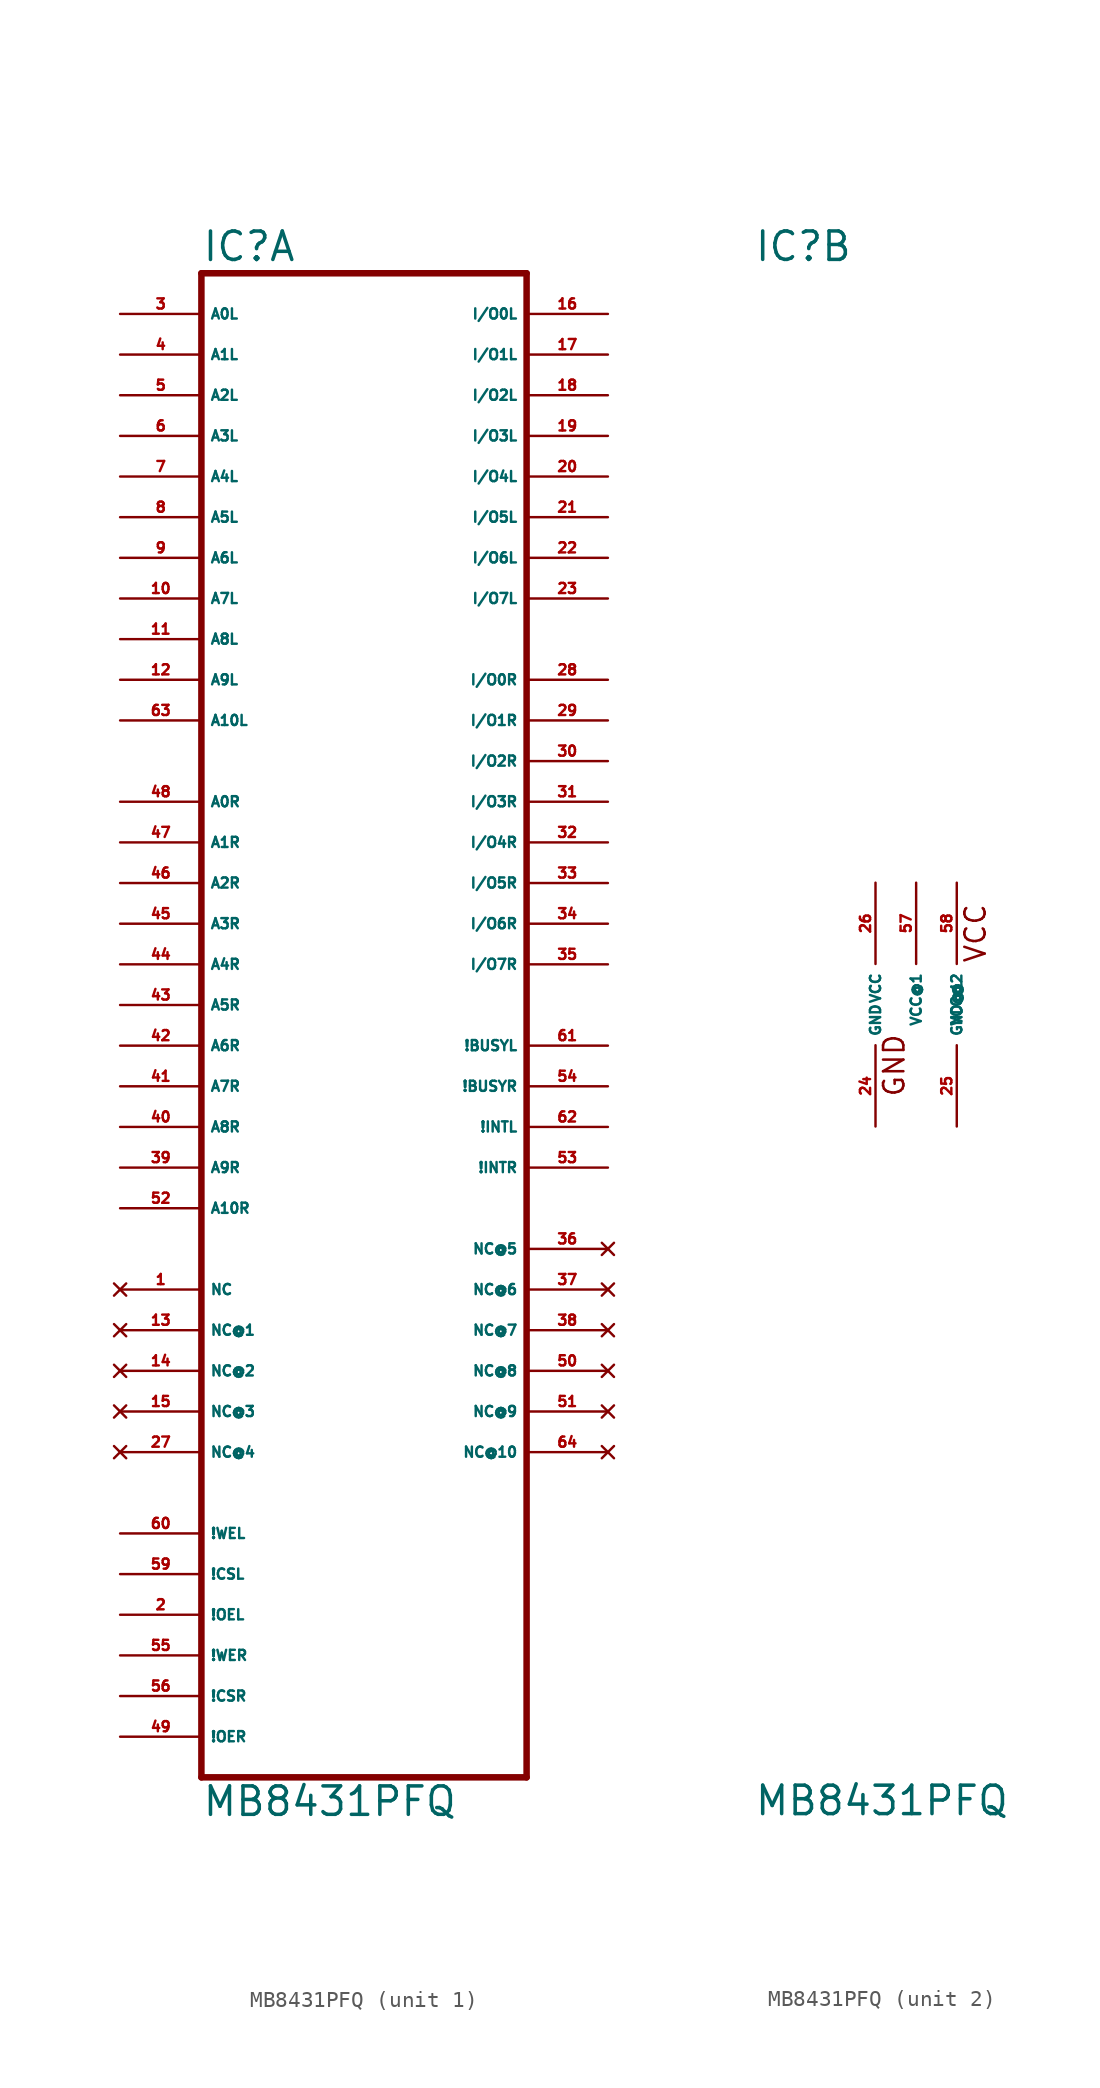
<source format=kicad_sym>
(kicad_symbol_lib
  (version 20220914)
  (generator Eagle2Kicad)
  (symbol "MB8431PFQ"
    (property "Reference" "IC"
      (at -10.16 46.355 0)
      (effects (font (size 1.778 1.778) (thickness 0.22)) (justify left bottom)))
    (property "Value" "MB8431PFQ"
      (at -10.16 -50.8 0)
      (effects (font (size 1.778 1.778) (thickness 0.22)) (justify left bottom)))
    (symbol "MB8431PFQ_1_0"
      (polyline (pts (xy -10.16 -48.26) (xy 10.16 -48.26)) (stroke (width 0.406) (type default)) (fill (type none)))
      (polyline (pts (xy 10.16 -48.26) (xy 10.16 45.72)) (stroke (width 0.406) (type default)) (fill (type none)))
      (polyline (pts (xy 10.16 45.72) (xy -10.16 45.72)) (stroke (width 0.406) (type default)) (fill (type none)))
      (polyline (pts (xy -10.16 45.72) (xy -10.16 -48.26)) (stroke (width 0.406) (type default)) (fill (type none)))
      (pin input line (at -15.24 43.18 0) (length 5.08) (name "A0L" (effects (font (size 0.635 0.635) (thickness 0.08)) (justify left bottom))) (number "3" (effects (font (size 0.635 0.635) (thickness 0.08)) (justify left bottom))))
      (pin input line (at -15.24 40.64 0) (length 5.08) (name "A1L" (effects (font (size 0.635 0.635) (thickness 0.08)) (justify left bottom))) (number "4" (effects (font (size 0.635 0.635) (thickness 0.08)) (justify left bottom))))
      (pin input line (at -15.24 38.1 0) (length 5.08) (name "A2L" (effects (font (size 0.635 0.635) (thickness 0.08)) (justify left bottom))) (number "5" (effects (font (size 0.635 0.635) (thickness 0.08)) (justify left bottom))))
      (pin input line (at -15.24 35.56 0) (length 5.08) (name "A3L" (effects (font (size 0.635 0.635) (thickness 0.08)) (justify left bottom))) (number "6" (effects (font (size 0.635 0.635) (thickness 0.08)) (justify left bottom))))
      (pin input line (at -15.24 33.02 0) (length 5.08) (name "A4L" (effects (font (size 0.635 0.635) (thickness 0.08)) (justify left bottom))) (number "7" (effects (font (size 0.635 0.635) (thickness 0.08)) (justify left bottom))))
      (pin input line (at -15.24 30.48 0) (length 5.08) (name "A5L" (effects (font (size 0.635 0.635) (thickness 0.08)) (justify left bottom))) (number "8" (effects (font (size 0.635 0.635) (thickness 0.08)) (justify left bottom))))
      (pin input line (at -15.24 27.94 0) (length 5.08) (name "A6L" (effects (font (size 0.635 0.635) (thickness 0.08)) (justify left bottom))) (number "9" (effects (font (size 0.635 0.635) (thickness 0.08)) (justify left bottom))))
      (pin input line (at -15.24 25.4 0) (length 5.08) (name "A7L" (effects (font (size 0.635 0.635) (thickness 0.08)) (justify left bottom))) (number "10" (effects (font (size 0.635 0.635) (thickness 0.08)) (justify left bottom))))
      (pin input line (at -15.24 22.86 0) (length 5.08) (name "A8L" (effects (font (size 0.635 0.635) (thickness 0.08)) (justify left bottom))) (number "11" (effects (font (size 0.635 0.635) (thickness 0.08)) (justify left bottom))))
      (pin input line (at -15.24 20.32 0) (length 5.08) (name "A9L" (effects (font (size 0.635 0.635) (thickness 0.08)) (justify left bottom))) (number "12" (effects (font (size 0.635 0.635) (thickness 0.08)) (justify left bottom))))
      (pin input line (at -15.24 17.78 0) (length 5.08) (name "A10L" (effects (font (size 0.635 0.635) (thickness 0.08)) (justify left bottom))) (number "63" (effects (font (size 0.635 0.635) (thickness 0.08)) (justify left bottom))))
      (pin input line (at -15.24 12.7 0) (length 5.08) (name "A0R" (effects (font (size 0.635 0.635) (thickness 0.08)) (justify left bottom))) (number "48" (effects (font (size 0.635 0.635) (thickness 0.08)) (justify left bottom))))
      (pin input line (at -15.24 10.16 0) (length 5.08) (name "A1R" (effects (font (size 0.635 0.635) (thickness 0.08)) (justify left bottom))) (number "47" (effects (font (size 0.635 0.635) (thickness 0.08)) (justify left bottom))))
      (pin input line (at -15.24 7.62 0) (length 5.08) (name "A2R" (effects (font (size 0.635 0.635) (thickness 0.08)) (justify left bottom))) (number "46" (effects (font (size 0.635 0.635) (thickness 0.08)) (justify left bottom))))
      (pin input line (at -15.24 5.08 0) (length 5.08) (name "A3R" (effects (font (size 0.635 0.635) (thickness 0.08)) (justify left bottom))) (number "45" (effects (font (size 0.635 0.635) (thickness 0.08)) (justify left bottom))))
      (pin input line (at -15.24 2.54 0) (length 5.08) (name "A4R" (effects (font (size 0.635 0.635) (thickness 0.08)) (justify left bottom))) (number "44" (effects (font (size 0.635 0.635) (thickness 0.08)) (justify left bottom))))
      (pin input line (at -15.24 0 0) (length 5.08) (name "A5R" (effects (font (size 0.635 0.635) (thickness 0.08)) (justify left bottom))) (number "43" (effects (font (size 0.635 0.635) (thickness 0.08)) (justify left bottom))))
      (pin input line (at -15.24 -2.54 0) (length 5.08) (name "A6R" (effects (font (size 0.635 0.635) (thickness 0.08)) (justify left bottom))) (number "42" (effects (font (size 0.635 0.635) (thickness 0.08)) (justify left bottom))))
      (pin input line (at -15.24 -5.08 0) (length 5.08) (name "A7R" (effects (font (size 0.635 0.635) (thickness 0.08)) (justify left bottom))) (number "41" (effects (font (size 0.635 0.635) (thickness 0.08)) (justify left bottom))))
      (pin input line (at -15.24 -7.62 0) (length 5.08) (name "A8R" (effects (font (size 0.635 0.635) (thickness 0.08)) (justify left bottom))) (number "40" (effects (font (size 0.635 0.635) (thickness 0.08)) (justify left bottom))))
      (pin input line (at -15.24 -10.16 0) (length 5.08) (name "A9R" (effects (font (size 0.635 0.635) (thickness 0.08)) (justify left bottom))) (number "39" (effects (font (size 0.635 0.635) (thickness 0.08)) (justify left bottom))))
      (pin input line (at -15.24 -12.7 0) (length 5.08) (name "A10R" (effects (font (size 0.635 0.635) (thickness 0.08)) (justify left bottom))) (number "52" (effects (font (size 0.635 0.635) (thickness 0.08)) (justify left bottom))))
      (pin input line (at -15.24 -33.02 0) (length 5.08) (name "!WEL" (effects (font (size 0.635 0.635) (thickness 0.08)) (justify left bottom))) (number "60" (effects (font (size 0.635 0.635) (thickness 0.08)) (justify left bottom))))
      (pin input line (at -15.24 -35.56 0) (length 5.08) (name "!CSL" (effects (font (size 0.635 0.635) (thickness 0.08)) (justify left bottom))) (number "59" (effects (font (size 0.635 0.635) (thickness 0.08)) (justify left bottom))))
      (pin input line (at -15.24 -38.1 0) (length 5.08) (name "!OEL" (effects (font (size 0.635 0.635) (thickness 0.08)) (justify left bottom))) (number "2" (effects (font (size 0.635 0.635) (thickness 0.08)) (justify left bottom))))
      (pin input line (at -15.24 -40.64 0) (length 5.08) (name "!WER" (effects (font (size 0.635 0.635) (thickness 0.08)) (justify left bottom))) (number "55" (effects (font (size 0.635 0.635) (thickness 0.08)) (justify left bottom))))
      (pin input line (at -15.24 -43.18 0) (length 5.08) (name "!CSR" (effects (font (size 0.635 0.635) (thickness 0.08)) (justify left bottom))) (number "56" (effects (font (size 0.635 0.635) (thickness 0.08)) (justify left bottom))))
      (pin input line (at -15.24 -45.72 0) (length 5.08) (name "!OER" (effects (font (size 0.635 0.635) (thickness 0.08)) (justify left bottom))) (number "49" (effects (font (size 0.635 0.635) (thickness 0.08)) (justify left bottom))))
      (pin bidirectional line (at 15.24 43.18 180) (length 5.08) (name "I/O0L" (effects (font (size 0.635 0.635) (thickness 0.08)) (justify left bottom))) (number "16" (effects (font (size 0.635 0.635) (thickness 0.08)) (justify left bottom))))
      (pin bidirectional line (at 15.24 40.64 180) (length 5.08) (name "I/O1L" (effects (font (size 0.635 0.635) (thickness 0.08)) (justify left bottom))) (number "17" (effects (font (size 0.635 0.635) (thickness 0.08)) (justify left bottom))))
      (pin bidirectional line (at 15.24 38.1 180) (length 5.08) (name "I/O2L" (effects (font (size 0.635 0.635) (thickness 0.08)) (justify left bottom))) (number "18" (effects (font (size 0.635 0.635) (thickness 0.08)) (justify left bottom))))
      (pin bidirectional line (at 15.24 35.56 180) (length 5.08) (name "I/O3L" (effects (font (size 0.635 0.635) (thickness 0.08)) (justify left bottom))) (number "19" (effects (font (size 0.635 0.635) (thickness 0.08)) (justify left bottom))))
      (pin bidirectional line (at 15.24 33.02 180) (length 5.08) (name "I/O4L" (effects (font (size 0.635 0.635) (thickness 0.08)) (justify left bottom))) (number "20" (effects (font (size 0.635 0.635) (thickness 0.08)) (justify left bottom))))
      (pin bidirectional line (at 15.24 30.48 180) (length 5.08) (name "I/O5L" (effects (font (size 0.635 0.635) (thickness 0.08)) (justify left bottom))) (number "21" (effects (font (size 0.635 0.635) (thickness 0.08)) (justify left bottom))))
      (pin bidirectional line (at 15.24 27.94 180) (length 5.08) (name "I/O6L" (effects (font (size 0.635 0.635) (thickness 0.08)) (justify left bottom))) (number "22" (effects (font (size 0.635 0.635) (thickness 0.08)) (justify left bottom))))
      (pin bidirectional line (at 15.24 25.4 180) (length 5.08) (name "I/O7L" (effects (font (size 0.635 0.635) (thickness 0.08)) (justify left bottom))) (number "23" (effects (font (size 0.635 0.635) (thickness 0.08)) (justify left bottom))))
      (pin bidirectional line (at 15.24 20.32 180) (length 5.08) (name "I/O0R" (effects (font (size 0.635 0.635) (thickness 0.08)) (justify left bottom))) (number "28" (effects (font (size 0.635 0.635) (thickness 0.08)) (justify left bottom))))
      (pin bidirectional line (at 15.24 17.78 180) (length 5.08) (name "I/O1R" (effects (font (size 0.635 0.635) (thickness 0.08)) (justify left bottom))) (number "29" (effects (font (size 0.635 0.635) (thickness 0.08)) (justify left bottom))))
      (pin bidirectional line (at 15.24 15.24 180) (length 5.08) (name "I/O2R" (effects (font (size 0.635 0.635) (thickness 0.08)) (justify left bottom))) (number "30" (effects (font (size 0.635 0.635) (thickness 0.08)) (justify left bottom))))
      (pin bidirectional line (at 15.24 12.7 180) (length 5.08) (name "I/O3R" (effects (font (size 0.635 0.635) (thickness 0.08)) (justify left bottom))) (number "31" (effects (font (size 0.635 0.635) (thickness 0.08)) (justify left bottom))))
      (pin bidirectional line (at 15.24 10.16 180) (length 5.08) (name "I/O4R" (effects (font (size 0.635 0.635) (thickness 0.08)) (justify left bottom))) (number "32" (effects (font (size 0.635 0.635) (thickness 0.08)) (justify left bottom))))
      (pin bidirectional line (at 15.24 7.62 180) (length 5.08) (name "I/O5R" (effects (font (size 0.635 0.635) (thickness 0.08)) (justify left bottom))) (number "33" (effects (font (size 0.635 0.635) (thickness 0.08)) (justify left bottom))))
      (pin bidirectional line (at 15.24 5.08 180) (length 5.08) (name "I/O6R" (effects (font (size 0.635 0.635) (thickness 0.08)) (justify left bottom))) (number "34" (effects (font (size 0.635 0.635) (thickness 0.08)) (justify left bottom))))
      (pin bidirectional line (at 15.24 2.54 180) (length 5.08) (name "I/O7R" (effects (font (size 0.635 0.635) (thickness 0.08)) (justify left bottom))) (number "35" (effects (font (size 0.635 0.635) (thickness 0.08)) (justify left bottom))))
      (pin output line (at 15.24 -2.54 180) (length 5.08) (name "!BUSYL" (effects (font (size 0.635 0.635) (thickness 0.08)) (justify left bottom))) (number "61" (effects (font (size 0.635 0.635) (thickness 0.08)) (justify left bottom))))
      (pin output line (at 15.24 -5.08 180) (length 5.08) (name "!BUSYR" (effects (font (size 0.635 0.635) (thickness 0.08)) (justify left bottom))) (number "54" (effects (font (size 0.635 0.635) (thickness 0.08)) (justify left bottom))))
      (pin output line (at 15.24 -7.62 180) (length 5.08) (name "!INTL" (effects (font (size 0.635 0.635) (thickness 0.08)) (justify left bottom))) (number "62" (effects (font (size 0.635 0.635) (thickness 0.08)) (justify left bottom))))
      (pin output line (at 15.24 -10.16 180) (length 5.08) (name "!INTR" (effects (font (size 0.635 0.635) (thickness 0.08)) (justify left bottom))) (number "53" (effects (font (size 0.635 0.635) (thickness 0.08)) (justify left bottom))))
      (pin no_connect line (at -15.24 -17.78 0) (length 5.08) (name "NC" (effects (font (size 0.635 0.635) (thickness 0.08)) (justify left bottom) hide)) (number "1" (effects (font (size 0.635 0.635) (thickness 0.08)) (justify left bottom) hide)))
      (pin no_connect line (at -15.24 -20.32 0) (length 5.08) (name "NC@1" (effects (font (size 0.635 0.635) (thickness 0.08)) (justify left bottom) hide)) (number "13" (effects (font (size 0.635 0.635) (thickness 0.08)) (justify left bottom) hide)))
      (pin no_connect line (at -15.24 -22.86 0) (length 5.08) (name "NC@2" (effects (font (size 0.635 0.635) (thickness 0.08)) (justify left bottom) hide)) (number "14" (effects (font (size 0.635 0.635) (thickness 0.08)) (justify left bottom) hide)))
      (pin no_connect line (at -15.24 -25.4 0) (length 5.08) (name "NC@3" (effects (font (size 0.635 0.635) (thickness 0.08)) (justify left bottom) hide)) (number "15" (effects (font (size 0.635 0.635) (thickness 0.08)) (justify left bottom) hide)))
      (pin no_connect line (at 15.24 -15.24 180) (length 5.08) (name "NC@5" (effects (font (size 0.635 0.635) (thickness 0.08)) (justify left bottom) hide)) (number "36" (effects (font (size 0.635 0.635) (thickness 0.08)) (justify left bottom) hide)))
      (pin no_connect line (at 15.24 -17.78 180) (length 5.08) (name "NC@6" (effects (font (size 0.635 0.635) (thickness 0.08)) (justify left bottom) hide)) (number "37" (effects (font (size 0.635 0.635) (thickness 0.08)) (justify left bottom) hide)))
      (pin no_connect line (at 15.24 -20.32 180) (length 5.08) (name "NC@7" (effects (font (size 0.635 0.635) (thickness 0.08)) (justify left bottom) hide)) (number "38" (effects (font (size 0.635 0.635) (thickness 0.08)) (justify left bottom) hide)))
      (pin no_connect line (at 15.24 -22.86 180) (length 5.08) (name "NC@8" (effects (font (size 0.635 0.635) (thickness 0.08)) (justify left bottom) hide)) (number "50" (effects (font (size 0.635 0.635) (thickness 0.08)) (justify left bottom) hide)))
      (pin no_connect line (at 15.24 -25.4 180) (length 5.08) (name "NC@9" (effects (font (size 0.635 0.635) (thickness 0.08)) (justify left bottom) hide)) (number "51" (effects (font (size 0.635 0.635) (thickness 0.08)) (justify left bottom) hide)))
      (pin no_connect line (at 15.24 -27.94 180) (length 5.08) (name "NC@10" (effects (font (size 0.635 0.635) (thickness 0.08)) (justify left bottom) hide)) (number "64" (effects (font (size 0.635 0.635) (thickness 0.08)) (justify left bottom) hide)))
      (pin no_connect line (at -15.24 -27.94 0) (length 5.08) (name "NC@4" (effects (font (size 0.635 0.635) (thickness 0.08)) (justify left bottom) hide)) (number "27" (effects (font (size 0.635 0.635) (thickness 0.08)) (justify left bottom) hide))))
    (symbol "MB8431PFQ_2_0"
      (text "GND" (at -0.635 -5.842 900) (effects (font (size 1.27 1.27) (thickness 0.16)) (justify left bottom)))
      (text "VCC" (at 4.445 2.54 900) (effects (font (size 1.27 1.27) (thickness 0.16)) (justify left bottom)))
      (pin unspecified line (at -2.54 7.62 270) (length 5.08) (name "VCC" (effects (font (size 0.635 0.635) (thickness 0.08)) (justify left bottom))) (number "26" (effects (font (size 0.635 0.635) (thickness 0.08)) (justify left bottom))))
      (pin unspecified line (at 0 7.62 270) (length 5.08) (name "VCC@1" (effects (font (size 0.635 0.635) (thickness 0.08)) (justify left bottom))) (number "57" (effects (font (size 0.635 0.635) (thickness 0.08)) (justify left bottom))))
      (pin unspecified line (at -2.54 -7.62 90) (length 5.08) (name "GND" (effects (font (size 0.635 0.635) (thickness 0.08)) (justify left bottom))) (number "24" (effects (font (size 0.635 0.635) (thickness 0.08)) (justify left bottom))))
      (pin unspecified line (at 2.54 -7.62 90) (length 5.08) (name "GND@1" (effects (font (size 0.635 0.635) (thickness 0.08)) (justify left bottom))) (number "25" (effects (font (size 0.635 0.635) (thickness 0.08)) (justify left bottom))))
      (pin unspecified line (at 2.54 7.62 270) (length 5.08) (name "VCC@2" (effects (font (size 0.635 0.635) (thickness 0.08)) (justify left bottom))) (number "58" (effects (font (size 0.635 0.635) (thickness 0.08)) (justify left bottom)))))))
</source>
